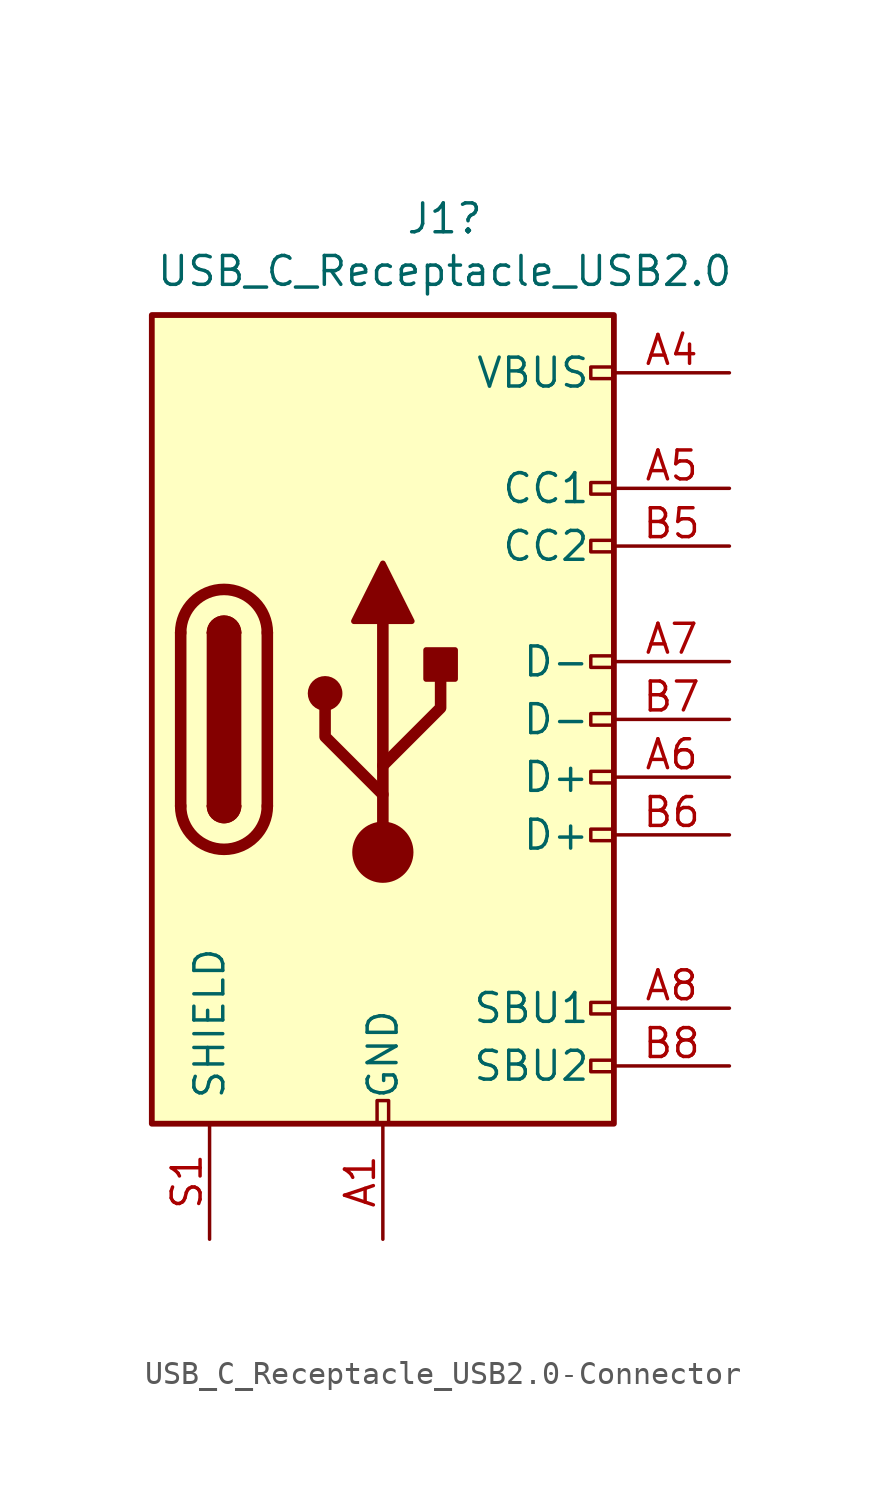
<source format=kicad_sym>
(kicad_symbol_lib
  (version 20231120)
  (generator "kicad_symbol_editor")
  (generator_version "8.0")
  (symbol "USB_C_Receptacle_USB2.0-Connector"
    (pin_names
      (offset 1.016))
    (property "Reference" "J1"
      (at 2.718 22.022 0)
      (effects (font (size 1.27 1.27))))
    (property "Value" "USB_C_Receptacle_USB2.0"
      (at 2.718 19.71 0)
      (effects (font (size 1.27 1.27))))
    (symbol "USB_C_Receptacle_USB2.0-Connector_0_0"
      (rectangle (start -0.254 -17.78) (end 0.254 -16.764) (stroke (width 0) (type solid)) (fill (type none)))
      (rectangle (start 10.16 -14.986) (end 9.144 -15.494) (stroke (width 0) (type solid)) (fill (type none)))
      (rectangle (start 10.16 -12.446) (end 9.144 -12.954) (stroke (width 0) (type solid)) (fill (type none)))
      (rectangle (start 10.16 -4.826) (end 9.144 -5.334) (stroke (width 0) (type solid)) (fill (type none)))
      (rectangle (start 10.16 -2.286) (end 9.144 -2.794) (stroke (width 0) (type solid)) (fill (type none)))
      (rectangle (start 10.16 0.254) (end 9.144 -0.254) (stroke (width 0) (type solid)) (fill (type none)))
      (rectangle (start 10.16 2.794) (end 9.144 2.286) (stroke (width 0) (type solid)) (fill (type none)))
      (rectangle (start 10.16 7.874) (end 9.144 7.366) (stroke (width 0) (type solid)) (fill (type none)))
      (rectangle (start 10.16 10.414) (end 9.144 9.906) (stroke (width 0) (type solid)) (fill (type none)))
      (rectangle (start 10.16 15.494) (end 9.144 14.986) (stroke (width 0) (type solid)) (fill (type none))))
    (symbol "USB_C_Receptacle_USB2.0-Connector_0_1"
      (rectangle (start -10.16 17.78) (end 10.16 -17.78) (stroke (width 0.254) (type solid)) (fill (type background)))
      (arc (start -8.89 -3.81) (mid -6.985 -5.715) (end -5.08 -3.81) (stroke (width 0.508) (type solid)) (fill (type none)))
      (arc (start -7.62 -3.81) (mid -6.985 -4.445) (end -6.35 -3.81) (stroke (width 0.254) (type solid)) (fill (type none)))
      (arc (start -7.62 -3.81) (mid -6.985 -4.445) (end -6.35 -3.81) (stroke (width 0.254) (type solid)) (fill (type outline)))
      (rectangle (start -7.62 -3.81) (end -6.35 3.81) (stroke (width 0.254) (type solid)) (fill (type outline)))
      (arc (start -6.35 3.81) (mid -6.985 4.445) (end -7.62 3.81) (stroke (width 0.254) (type solid)) (fill (type none)))
      (arc (start -6.35 3.81) (mid -6.985 4.445) (end -7.62 3.81) (stroke (width 0.254) (type solid)) (fill (type outline)))
      (arc (start -5.08 3.81) (mid -6.985 5.715) (end -8.89 3.81) (stroke (width 0.508) (type solid)) (fill (type none)))
      (circle (center -2.54 1.143) (radius 0.635) (stroke (width 0.254) (type solid)) (fill (type outline)))
      (circle (center 0 -5.842) (radius 1.27) (stroke (width 0) (type solid)) (fill (type outline)))
      (polyline (pts (xy -8.89 -3.81) (xy -8.89 3.81)) (stroke (width 0.508) (type solid)) (fill (type none)))
      (polyline (pts (xy -5.08 3.81) (xy -5.08 -3.81)) (stroke (width 0.508) (type solid)) (fill (type none)))
      (polyline (pts (xy 0 -5.842) (xy 0 4.318)) (stroke (width 0.508) (type solid)) (fill (type none)))
      (polyline (pts (xy 0 -3.302) (xy -2.54 -0.762) (xy -2.54 0.508)) (stroke (width 0.508) (type solid)) (fill (type none)))
      (polyline (pts (xy 0 -2.032) (xy 2.54 0.508) (xy 2.54 1.778)) (stroke (width 0.508) (type solid)) (fill (type none)))
      (polyline (pts (xy -1.27 4.318) (xy 0 6.858) (xy 1.27 4.318) (xy -1.27 4.318)) (stroke (width 0.254) (type solid)) (fill (type outline)))
      (rectangle (start 1.905 1.778) (end 3.175 3.048) (stroke (width 0.254) (type solid)) (fill (type outline))))
    (symbol "USB_C_Receptacle_USB2.0-Connector_1_1"
      (pin power_in line (at 0 -22.86 90) (length 5.08) (name "GND" (effects (font (size 1.27 1.27)))) (number "A1" (effects (font (size 1.27 1.27)))))
      (pin power_in line (at 0 -22.86 90) (length 5.08) hide (name "GND" (effects (font (size 1.27 1.27)))) (number "A12" (effects (font (size 1.27 1.27)))))
      (pin power_in line (at 15.24 15.24 180) (length 5.08) (name "VBUS" (effects (font (size 1.27 1.27)))) (number "A4" (effects (font (size 1.27 1.27)))))
      (pin bidirectional line (at 15.24 10.16 180) (length 5.08) (name "CC1" (effects (font (size 1.27 1.27)))) (number "A5" (effects (font (size 1.27 1.27)))))
      (pin bidirectional line (at 15.24 -2.54 180) (length 5.08) (name "D+" (effects (font (size 1.27 1.27)))) (number "A6" (effects (font (size 1.27 1.27)))))
      (pin bidirectional line (at 15.24 2.54 180) (length 5.08) (name "D-" (effects (font (size 1.27 1.27)))) (number "A7" (effects (font (size 1.27 1.27)))))
      (pin bidirectional line (at 15.24 -12.7 180) (length 5.08) (name "SBU1" (effects (font (size 1.27 1.27)))) (number "A8" (effects (font (size 1.27 1.27)))))
      (pin power_in line (at 15.24 15.24 180) (length 5.08) hide (name "VBUS" (effects (font (size 1.27 1.27)))) (number "A9" (effects (font (size 1.27 1.27)))))
      (pin power_in line (at 0 -22.86 90) (length 5.08) hide (name "GND" (effects (font (size 1.27 1.27)))) (number "B1" (effects (font (size 1.27 1.27)))))
      (pin power_in line (at 0 -22.86 90) (length 5.08) hide (name "GND" (effects (font (size 1.27 1.27)))) (number "B12" (effects (font (size 1.27 1.27)))))
      (pin power_in line (at 15.24 15.24 180) (length 5.08) hide (name "VBUS" (effects (font (size 1.27 1.27)))) (number "B4" (effects (font (size 1.27 1.27)))))
      (pin bidirectional line (at 15.24 7.62 180) (length 5.08) (name "CC2" (effects (font (size 1.27 1.27)))) (number "B5" (effects (font (size 1.27 1.27)))))
      (pin bidirectional line (at 15.24 -5.08 180) (length 5.08) (name "D+" (effects (font (size 1.27 1.27)))) (number "B6" (effects (font (size 1.27 1.27)))))
      (pin bidirectional line (at 15.24 0 180) (length 5.08) (name "D-" (effects (font (size 1.27 1.27)))) (number "B7" (effects (font (size 1.27 1.27)))))
      (pin bidirectional line (at 15.24 -15.24 180) (length 5.08) (name "SBU2" (effects (font (size 1.27 1.27)))) (number "B8" (effects (font (size 1.27 1.27)))))
      (pin power_in line (at 15.24 15.24 180) (length 5.08) hide (name "VBUS" (effects (font (size 1.27 1.27)))) (number "B9" (effects (font (size 1.27 1.27)))))
      (pin passive line (at -7.62 -22.86 90) (length 5.08) (name "SHIELD" (effects (font (size 1.27 1.27)))) (number "S1" (effects (font (size 1.27 1.27))))))))
</source>
